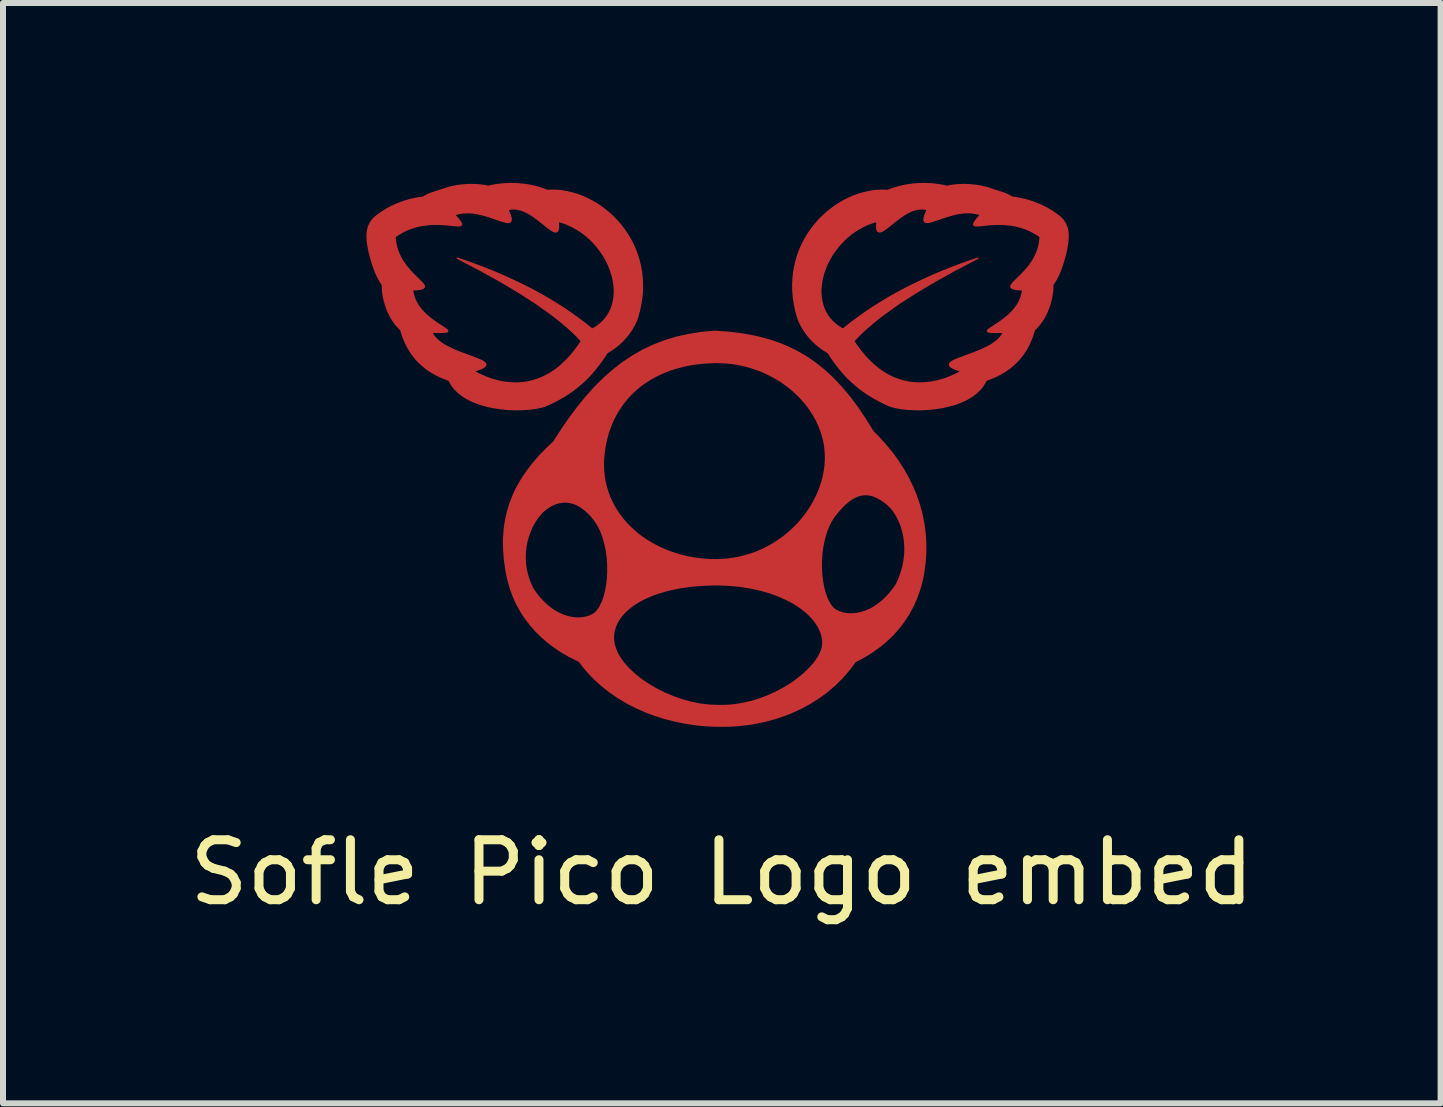
<source format=kicad_pcb>
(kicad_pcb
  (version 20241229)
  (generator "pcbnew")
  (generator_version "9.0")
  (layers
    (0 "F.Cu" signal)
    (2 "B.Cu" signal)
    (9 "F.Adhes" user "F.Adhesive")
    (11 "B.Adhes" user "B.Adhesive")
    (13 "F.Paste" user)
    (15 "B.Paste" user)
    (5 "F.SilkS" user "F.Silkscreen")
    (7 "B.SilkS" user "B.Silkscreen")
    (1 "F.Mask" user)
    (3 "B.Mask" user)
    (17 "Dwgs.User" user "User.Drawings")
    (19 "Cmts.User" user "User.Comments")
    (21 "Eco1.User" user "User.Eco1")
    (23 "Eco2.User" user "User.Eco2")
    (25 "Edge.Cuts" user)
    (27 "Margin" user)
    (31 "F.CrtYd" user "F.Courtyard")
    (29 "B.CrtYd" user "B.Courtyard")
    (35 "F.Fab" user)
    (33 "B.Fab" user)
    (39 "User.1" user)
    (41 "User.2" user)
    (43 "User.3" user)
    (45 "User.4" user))
  (footprint "Sofle Pico Logo embed"
    (layer "F.Cu")
    (at 8.912 4.533)
    (property "Reference" "Sofle Pico Logo embed" (at 0.07 6.96 0) (unlocked yes) (layer "F.SilkS") (effects (font (size 1 1) (thickness 0.15))))
    (fp_poly (pts (xy -3.387 -4.521) (xy -3.347 -4.52) (xy -3.307 -4.517) (xy -3.267 -4.514) (xy -3.228 -4.509) (xy -3.188 -4.504) (xy -3.148 -4.497) (xy -3.108 -4.49) (xy -3.069 -4.481) (xy -3.03 -4.472) (xy -2.991 -4.461) (xy -2.952 -4.449) (xy -2.914 -4.437) (xy -2.876 -4.423) (xy -2.839 -4.408) (xy -2.758 -4.411) (xy -2.676 -4.409) (xy -2.594 -4.401) (xy -2.512 -4.387) (xy -2.43 -4.368) (xy -2.348 -4.344) (xy -2.267 -4.315) (xy -2.188 -4.28) (xy -2.109 -4.241) (xy -2.032 -4.197) (xy -1.957 -4.148) (xy -1.885 -4.095) (xy -1.814 -4.038) (xy -1.747 -3.976) (xy -1.682 -3.91) (xy -1.621 -3.84) (xy -1.564 -3.766) (xy -1.51 -3.689) (xy -1.461 -3.608) (xy -1.416 -3.523) (xy -1.376 -3.435) (xy -1.341 -3.344) (xy -1.312 -3.25) (xy -1.288 -3.153) (xy -1.27 -3.053) (xy -1.259 -2.95) (xy -1.254 -2.845) (xy -1.255 -2.737) (xy -1.264 -2.627) (xy -1.281 -2.515) (xy -1.305 -2.4) (xy -1.337 -2.284) (xy -1.355 -2.238) (xy -1.375 -2.194) (xy -1.398 -2.15) (xy -1.422 -2.107) (xy -1.448 -2.066) (xy -1.476 -2.026) (xy -1.506 -1.987) (xy -1.538 -1.95) (xy -1.571 -1.914) (xy -1.606 -1.879) (xy -1.642 -1.846) (xy -1.68 -1.814) (xy -1.719 -1.784) (xy -1.759 -1.756) (xy -1.8 -1.729) (xy -1.842 -1.704) (xy -1.891 -1.63) (xy -1.94 -1.558) (xy -1.992 -1.49) (xy -2.044 -1.424) (xy -2.098 -1.36) (xy -2.155 -1.299) (xy -2.213 -1.241) (xy -2.275 -1.185) (xy -2.339 -1.131) (xy -2.405 -1.079) (xy -2.476 -1.03) (xy -2.55 -0.982) (xy -2.627 -0.937) (xy -2.709 -0.893) (xy -2.795 -0.851) (xy -2.885 -0.811) (xy -2.963 -0.791) (xy -3.053 -0.774) (xy -3.153 -0.762) (xy -3.261 -0.756) (xy -3.375 -0.754) (xy -3.494 -0.759) (xy -3.615 -0.771) (xy -3.736 -0.789) (xy -3.855 -0.815) (xy -3.97 -0.848) (xy -4.026 -0.869) (xy -4.08 -0.891) (xy -4.133 -0.915) (xy -4.183 -0.942) (xy -4.23 -0.971) (xy -4.275 -1.002) (xy -4.317 -1.036) (xy -4.356 -1.072) (xy -4.392 -1.111) (xy -4.424 -1.153) (xy -4.452 -1.197) (xy -4.476 -1.244) (xy -4.551 -1.273) (xy -4.597 -1.291) (xy -4.648 -1.314) (xy -4.702 -1.341) (xy -4.759 -1.374) (xy -4.818 -1.411) (xy -4.878 -1.455) (xy -4.937 -1.505) (xy -4.996 -1.562) (xy -5.025 -1.594) (xy -5.053 -1.627) (xy -5.081 -1.662) (xy -5.108 -1.7) (xy -5.133 -1.739) (xy -5.158 -1.781) (xy -5.182 -1.825) (xy -5.204 -1.872) (xy -5.225 -1.921) (xy -5.245 -1.972) (xy -5.263 -2.026) (xy -5.28 -2.083) (xy -5.316 -2.118) (xy -5.351 -2.157) (xy -5.384 -2.198) (xy -5.414 -2.242) (xy -5.442 -2.287) (xy -5.467 -2.335) (xy -5.491 -2.383) (xy -5.511 -2.433) (xy -5.53 -2.484) (xy -5.545 -2.536) (xy -5.559 -2.587) (xy -5.57 -2.639) (xy -5.578 -2.69) (xy -5.584 -2.74) (xy -5.587 -2.79) (xy -5.587 -2.838) (xy -5.607 -2.866) (xy -5.626 -2.895) (xy -5.644 -2.926) (xy -5.661 -2.957) (xy -5.677 -2.989) (xy -5.692 -3.023) (xy -5.706 -3.056) (xy -5.719 -3.091) (xy -5.744 -3.16) (xy -5.766 -3.23) (xy -5.786 -3.3) (xy -5.804 -3.367) (xy -5.812 -3.406) (xy -5.82 -3.445) (xy -5.827 -3.484) (xy -5.833 -3.524) (xy -5.838 -3.563) (xy -5.839 -3.583) (xy -5.841 -3.603) (xy -5.842 -3.623) (xy -5.842 -3.636) (xy -5.378 -3.636) (xy -5.372 -3.575) (xy -5.363 -3.516) (xy -5.35 -3.46) (xy -5.333 -3.406) (xy -5.313 -3.355) (xy -5.29 -3.307) (xy -5.266 -3.261) (xy -5.239 -3.218) (xy -5.211 -3.177) (xy -5.182 -3.138) (xy -5.122 -3.067) (xy -5.063 -3.005) (xy -5.008 -2.951) (xy -4.96 -2.904) (xy -4.921 -2.865) (xy -4.907 -2.847) (xy -4.897 -2.832) (xy -4.89 -2.818) (xy -4.888 -2.805) (xy -4.892 -2.794) (xy -4.9 -2.784) (xy -4.914 -2.775) (xy -4.934 -2.768) (xy -4.961 -2.762) (xy -4.995 -2.757) (xy -5.085 -2.75) (xy -5.077 -2.696) (xy -5.063 -2.644) (xy -5.046 -2.595) (xy -5.024 -2.549) (xy -4.999 -2.505) (xy -4.971 -2.463) (xy -4.94 -2.424) (xy -4.907 -2.387) (xy -4.873 -2.352) (xy -4.838 -2.32) (xy -4.766 -2.261) (xy -4.695 -2.21) (xy -4.63 -2.167) (xy -4.531 -2.102) (xy -4.515 -2.089) (xy -4.505 -2.079) (xy -4.5 -2.07) (xy -4.5 -2.062) (xy -4.506 -2.055) (xy -4.52 -2.05) (xy -4.54 -2.047) (xy -4.568 -2.044) (xy -4.649 -2.042) (xy -4.766 -2.045) (xy -4.746 -2.007) (xy -4.721 -1.971) (xy -4.691 -1.937) (xy -4.657 -1.905) (xy -4.618 -1.875) (xy -4.577 -1.846) (xy -4.533 -1.82) (xy -4.486 -1.795) (xy -4.389 -1.749) (xy -4.289 -1.708) (xy -4.098 -1.638) (xy -4.016 -1.607) (xy -3.947 -1.578) (xy -3.919 -1.564) (xy -3.897 -1.55) (xy -3.88 -1.536) (xy -3.869 -1.522) (xy -3.865 -1.508) (xy -3.868 -1.493) (xy -3.878 -1.478) (xy -3.897 -1.462) (xy -3.925 -1.446) (xy -3.962 -1.43) (xy -4.009 -1.412) (xy -4.066 -1.393) (xy -3.978 -1.348) (xy -3.884 -1.306) (xy -3.785 -1.268) (xy -3.68 -1.237) (xy -3.57 -1.214) (xy -3.457 -1.201) (xy -3.399 -1.198) (xy -3.34 -1.198) (xy -3.281 -1.201) (xy -3.222 -1.207) (xy -3.162 -1.217) (xy -3.101 -1.23) (xy -3.041 -1.248) (xy -2.98 -1.269) (xy -2.919 -1.294) (xy -2.858 -1.323) (xy -2.797 -1.357) (xy -2.736 -1.396) (xy -2.676 -1.44) (xy -2.616 -1.489) (xy -2.557 -1.543) (xy -2.498 -1.602) (xy -2.439 -1.667) (xy -2.382 -1.738) (xy -2.325 -1.814) (xy -2.269 -1.897) (xy -2.337 -1.97) (xy -2.412 -2.044) (xy -2.495 -2.119) (xy -2.585 -2.196) (xy -2.682 -2.275) (xy -2.788 -2.356) (xy -3.024 -2.524) (xy -3.296 -2.699) (xy -3.604 -2.883) (xy -3.951 -3.076) (xy -4.338 -3.279) (xy -4.18 -3.225) (xy -4.024 -3.169) (xy -3.87 -3.11) (xy -3.718 -3.049) (xy -3.569 -2.985) (xy -3.422 -2.918) (xy -3.277 -2.849) (xy -3.134 -2.778) (xy -2.994 -2.703) (xy -2.857 -2.626) (xy -2.722 -2.545) (xy -2.59 -2.462) (xy -2.461 -2.375) (xy -2.334 -2.285) (xy -2.211 -2.193) (xy -2.09 -2.096) (xy -2.025 -2.134) (xy -1.967 -2.176) (xy -1.915 -2.223) (xy -1.87 -2.273) (xy -1.831 -2.327) (xy -1.798 -2.384) (xy -1.771 -2.444) (xy -1.75 -2.506) (xy -1.735 -2.57) (xy -1.725 -2.636) (xy -1.72 -2.704) (xy -1.721 -2.773) (xy -1.728 -2.843) (xy -1.739 -2.913) (xy -1.755 -2.983) (xy -1.776 -3.054) (xy -1.802 -3.123) (xy -1.832 -3.193) (xy -1.867 -3.26) (xy -1.905 -3.327) (xy -1.949 -3.392) (xy -1.996 -3.454) (xy -2.046 -3.515) (xy -2.101 -3.572) (xy -2.159 -3.627) (xy -2.221 -3.678) (xy -2.286 -3.725) (xy -2.355 -3.768) (xy -2.426 -3.807) (xy -2.5 -3.842) (xy -2.578 -3.871) (xy -2.658 -3.894) (xy -2.654 -3.851) (xy -2.652 -3.814) (xy -2.653 -3.784) (xy -2.657 -3.759) (xy -2.663 -3.741) (xy -2.672 -3.728) (xy -2.682 -3.72) (xy -2.695 -3.717) (xy -2.71 -3.718) (xy -2.727 -3.723) (xy -2.746 -3.732) (xy -2.766 -3.744) (xy -2.812 -3.776) (xy -2.864 -3.816) (xy -2.984 -3.912) (xy -3.05 -3.961) (xy -3.119 -4.007) (xy -3.154 -4.028) (xy -3.191 -4.047) (xy -3.227 -4.064) (xy -3.264 -4.078) (xy -3.301 -4.089) (xy -3.339 -4.097) (xy -3.376 -4.102) (xy -3.414 -4.102) (xy -3.424 -4.102) (xy -3.434 -4.101) (xy -3.444 -4.099) (xy -3.454 -4.098) (xy -3.464 -4.096) (xy -3.474 -4.093) (xy -3.484 -4.091) (xy -3.494 -4.088) (xy -3.459 -4.003) (xy -3.449 -3.97) (xy -3.443 -3.943) (xy -3.442 -3.92) (xy -3.444 -3.903) (xy -3.451 -3.89) (xy -3.461 -3.881) (xy -3.475 -3.876) (xy -3.493 -3.875) (xy -3.514 -3.877) (xy -3.537 -3.881) (xy -3.593 -3.897) (xy -3.66 -3.919) (xy -3.817 -3.973) (xy -3.905 -3.999) (xy -3.997 -4.021) (xy -4.045 -4.029) (xy -4.093 -4.035) (xy -4.142 -4.038) (xy -4.19 -4.038) (xy -4.239 -4.035) (xy -4.288 -4.029) (xy -4.336 -4.018) (xy -4.384 -4.004) (xy -4.322 -3.932) (xy -4.284 -3.881) (xy -4.274 -3.862) (xy -4.27 -3.846) (xy -4.27 -3.835) (xy -4.276 -3.827) (xy -4.287 -3.821) (xy -4.303 -3.819) (xy -4.347 -3.819) (xy -4.482 -3.833) (xy -4.569 -3.841) (xy -4.666 -3.845) (xy -4.773 -3.843) (xy -4.887 -3.832) (xy -4.946 -3.822) (xy -5.006 -3.809) (xy -5.067 -3.792) (xy -5.129 -3.771) (xy -5.191 -3.745) (xy -5.253 -3.714) (xy -5.316 -3.678) (xy -5.378 -3.636) (xy -5.842 -3.636) (xy -5.842 -3.643) (xy -5.842 -3.663) (xy -5.841 -3.683) (xy -5.84 -3.703) (xy -5.838 -3.723) (xy -5.834 -3.743) (xy -5.83 -3.763) (xy -5.825 -3.783) (xy -5.819 -3.802) (xy -5.811 -3.821) (xy -5.803 -3.839) (xy -5.794 -3.857) (xy -5.784 -3.875) (xy -5.773 -3.892) (xy -5.761 -3.909) (xy -5.749 -3.924) (xy -5.735 -3.94) (xy -5.721 -3.954) (xy -5.706 -3.968) (xy -5.663 -4.001) (xy -5.618 -4.033) (xy -5.573 -4.063) (xy -5.526 -4.092) (xy -5.478 -4.119) (xy -5.429 -4.144) (xy -5.38 -4.167) (xy -5.33 -4.188) (xy -5.279 -4.208) (xy -5.227 -4.226) (xy -5.175 -4.242) (xy -5.122 -4.257) (xy -5.068 -4.269) (xy -5.015 -4.28) (xy -4.961 -4.289) (xy -4.907 -4.296) (xy -4.885 -4.31) (xy -4.863 -4.323) (xy -4.84 -4.334) (xy -4.818 -4.345) (xy -4.794 -4.355) (xy -4.771 -4.364) (xy -4.722 -4.38) (xy -4.622 -4.411) (xy -4.57 -4.428) (xy -4.544 -4.437) (xy -4.518 -4.447) (xy -4.479 -4.458) (xy -4.439 -4.468) (xy -4.397 -4.478) (xy -4.354 -4.485) (xy -4.31 -4.492) (xy -4.265 -4.497) (xy -4.219 -4.501) (xy -4.173 -4.504) (xy -4.128 -4.506) (xy -4.082 -4.506) (xy -4.037 -4.504) (xy -3.992 -4.502) (xy -3.949 -4.497) (xy -3.906 -4.492) (xy -3.865 -4.485) (xy -3.826 -4.476) (xy -3.783 -4.486) (xy -3.74 -4.495) (xy -3.696 -4.502) (xy -3.651 -4.508) (xy -3.606 -4.514) (xy -3.56 -4.518) (xy -3.513 -4.52) (xy -3.466 -4.522) (xy -3.427 -4.522)) (stroke (width 0.023) (type solid)) (fill yes) (layer "F.Cu"))
    (fp_poly (pts (xy 3.466 -4.522) (xy 3.513 -4.52) (xy 3.56 -4.518) (xy 3.606 -4.514) (xy 3.651 -4.508) (xy 3.696 -4.502) (xy 3.74 -4.495) (xy 3.783 -4.486) (xy 3.826 -4.476) (xy 3.865 -4.485) (xy 3.906 -4.492) (xy 3.949 -4.497) (xy 3.992 -4.502) (xy 4.037 -4.504) (xy 4.082 -4.506) (xy 4.128 -4.506) (xy 4.173 -4.504) (xy 4.219 -4.501) (xy 4.265 -4.497) (xy 4.31 -4.492) (xy 4.354 -4.485) (xy 4.397 -4.478) (xy 4.439 -4.468) (xy 4.479 -4.458) (xy 4.518 -4.447) (xy 4.544 -4.437) (xy 4.57 -4.428) (xy 4.622 -4.411) (xy 4.722 -4.38) (xy 4.771 -4.364) (xy 4.794 -4.355) (xy 4.818 -4.345) (xy 4.84 -4.334) (xy 4.863 -4.323) (xy 4.885 -4.31) (xy 4.907 -4.296) (xy 4.961 -4.289) (xy 5.015 -4.28) (xy 5.068 -4.269) (xy 5.122 -4.257) (xy 5.175 -4.242) (xy 5.227 -4.226) (xy 5.279 -4.208) (xy 5.33 -4.188) (xy 5.38 -4.167) (xy 5.429 -4.144) (xy 5.478 -4.119) (xy 5.526 -4.092) (xy 5.573 -4.063) (xy 5.618 -4.033) (xy 5.663 -4.001) (xy 5.706 -3.968) (xy 5.721 -3.954) (xy 5.735 -3.94) (xy 5.749 -3.924) (xy 5.761 -3.909) (xy 5.773 -3.892) (xy 5.784 -3.875) (xy 5.794 -3.857) (xy 5.803 -3.839) (xy 5.811 -3.821) (xy 5.819 -3.802) (xy 5.825 -3.783) (xy 5.83 -3.763) (xy 5.834 -3.743) (xy 5.838 -3.723) (xy 5.84 -3.703) (xy 5.841 -3.683) (xy 5.842 -3.663) (xy 5.842 -3.643) (xy 5.842 -3.623) (xy 5.841 -3.603) (xy 5.839 -3.583) (xy 5.838 -3.563) (xy 5.833 -3.524) (xy 5.827 -3.484) (xy 5.82 -3.445) (xy 5.812 -3.406) (xy 5.804 -3.367) (xy 5.786 -3.3) (xy 5.766 -3.23) (xy 5.744 -3.16) (xy 5.719 -3.091) (xy 5.706 -3.056) (xy 5.692 -3.023) (xy 5.677 -2.989) (xy 5.661 -2.957) (xy 5.644 -2.926) (xy 5.626 -2.895) (xy 5.607 -2.866) (xy 5.587 -2.838) (xy 5.587 -2.79) (xy 5.584 -2.74) (xy 5.578 -2.69) (xy 5.57 -2.639) (xy 5.559 -2.587) (xy 5.545 -2.536) (xy 5.53 -2.484) (xy 5.511 -2.433) (xy 5.491 -2.383) (xy 5.467 -2.335) (xy 5.442 -2.287) (xy 5.414 -2.242) (xy 5.384 -2.198) (xy 5.351 -2.157) (xy 5.316 -2.118) (xy 5.28 -2.083) (xy 5.263 -2.026) (xy 5.245 -1.972) (xy 5.225 -1.921) (xy 5.204 -1.872) (xy 5.182 -1.825) (xy 5.158 -1.781) (xy 5.133 -1.739) (xy 5.108 -1.7) (xy 5.081 -1.662) (xy 5.053 -1.627) (xy 5.025 -1.594) (xy 4.996 -1.562) (xy 4.937 -1.505) (xy 4.878 -1.455) (xy 4.818 -1.411) (xy 4.759 -1.374) (xy 4.702 -1.341) (xy 4.648 -1.314) (xy 4.597 -1.291) (xy 4.551 -1.273) (xy 4.476 -1.244) (xy 4.452 -1.197) (xy 4.424 -1.153) (xy 4.392 -1.111) (xy 4.356 -1.072) (xy 4.317 -1.036) (xy 4.275 -1.002) (xy 4.23 -0.971) (xy 4.183 -0.942) (xy 4.133 -0.915) (xy 4.08 -0.891) (xy 4.026 -0.869) (xy 3.97 -0.848) (xy 3.855 -0.815) (xy 3.736 -0.789) (xy 3.615 -0.771) (xy 3.494 -0.759) (xy 3.375 -0.754) (xy 3.261 -0.756) (xy 3.153 -0.762) (xy 3.053 -0.774) (xy 2.963 -0.791) (xy 2.885 -0.811) (xy 2.795 -0.851) (xy 2.709 -0.893) (xy 2.627 -0.937) (xy 2.55 -0.982) (xy 2.476 -1.03) (xy 2.405 -1.079) (xy 2.339 -1.131) (xy 2.275 -1.185) (xy 2.213 -1.241) (xy 2.155 -1.299) (xy 2.098 -1.36) (xy 2.044 -1.424) (xy 1.992 -1.49) (xy 1.94 -1.558) (xy 1.891 -1.63) (xy 1.842 -1.704) (xy 1.8 -1.729) (xy 1.759 -1.756) (xy 1.719 -1.784) (xy 1.68 -1.814) (xy 1.642 -1.846) (xy 1.606 -1.879) (xy 1.571 -1.914) (xy 1.538 -1.95) (xy 1.506 -1.987) (xy 1.476 -2.026) (xy 1.448 -2.066) (xy 1.422 -2.107) (xy 1.398 -2.15) (xy 1.375 -2.194) (xy 1.355 -2.238) (xy 1.337 -2.284) (xy 1.305 -2.4) (xy 1.281 -2.515) (xy 1.264 -2.627) (xy 1.258 -2.704) (xy 1.72 -2.704) (xy 1.725 -2.636) (xy 1.735 -2.57) (xy 1.75 -2.506) (xy 1.771 -2.444) (xy 1.798 -2.384) (xy 1.831 -2.327) (xy 1.87 -2.273) (xy 1.915 -2.223) (xy 1.967 -2.176) (xy 2.025 -2.134) (xy 2.09 -2.096) (xy 2.211 -2.193) (xy 2.334 -2.285) (xy 2.461 -2.375) (xy 2.59 -2.462) (xy 2.722 -2.545) (xy 2.857 -2.626) (xy 2.994 -2.703) (xy 3.134 -2.778) (xy 3.277 -2.849) (xy 3.422 -2.918) (xy 3.569 -2.985) (xy 3.718 -3.049) (xy 3.87 -3.11) (xy 4.024 -3.169) (xy 4.18 -3.225) (xy 4.338 -3.279) (xy 3.951 -3.076) (xy 3.604 -2.883) (xy 3.296 -2.699) (xy 3.024 -2.524) (xy 2.788 -2.356) (xy 2.682 -2.275) (xy 2.585 -2.196) (xy 2.495 -2.119) (xy 2.412 -2.044) (xy 2.337 -1.97) (xy 2.269 -1.897) (xy 2.325 -1.814) (xy 2.382 -1.738) (xy 2.439 -1.667) (xy 2.498 -1.602) (xy 2.557 -1.543) (xy 2.616 -1.489) (xy 2.676 -1.44) (xy 2.736 -1.396) (xy 2.797 -1.357) (xy 2.858 -1.323) (xy 2.919 -1.294) (xy 2.98 -1.269) (xy 3.041 -1.248) (xy 3.101 -1.23) (xy 3.162 -1.217) (xy 3.222 -1.207) (xy 3.281 -1.201) (xy 3.34 -1.198) (xy 3.399 -1.198) (xy 3.457 -1.201) (xy 3.57 -1.214) (xy 3.68 -1.237) (xy 3.785 -1.268) (xy 3.884 -1.306) (xy 3.978 -1.348) (xy 4.066 -1.393) (xy 4.009 -1.412) (xy 3.962 -1.43) (xy 3.925 -1.446) (xy 3.897 -1.462) (xy 3.878 -1.478) (xy 3.868 -1.493) (xy 3.865 -1.508) (xy 3.869 -1.522) (xy 3.88 -1.536) (xy 3.897 -1.55) (xy 3.919 -1.564) (xy 3.947 -1.578) (xy 4.016 -1.607) (xy 4.098 -1.638) (xy 4.289 -1.708) (xy 4.389 -1.749) (xy 4.486 -1.795) (xy 4.533 -1.82) (xy 4.577 -1.846) (xy 4.618 -1.875) (xy 4.657 -1.905) (xy 4.691 -1.937) (xy 4.721 -1.971) (xy 4.746 -2.007) (xy 4.766 -2.045) (xy 4.649 -2.042) (xy 4.568 -2.044) (xy 4.54 -2.047) (xy 4.52 -2.05) (xy 4.506 -2.055) (xy 4.5 -2.062) (xy 4.5 -2.07) (xy 4.505 -2.079) (xy 4.515 -2.089) (xy 4.531 -2.102) (xy 4.63 -2.167) (xy 4.695 -2.21) (xy 4.766 -2.261) (xy 4.838 -2.32) (xy 4.873 -2.352) (xy 4.907 -2.387) (xy 4.94 -2.424) (xy 4.971 -2.463) (xy 4.999 -2.505) (xy 5.024 -2.549) (xy 5.046 -2.595) (xy 5.063 -2.644) (xy 5.077 -2.696) (xy 5.085 -2.75) (xy 4.995 -2.757) (xy 4.961 -2.762) (xy 4.934 -2.768) (xy 4.914 -2.775) (xy 4.9 -2.784) (xy 4.892 -2.794) (xy 4.888 -2.805) (xy 4.89 -2.818) (xy 4.897 -2.832) (xy 4.907 -2.847) (xy 4.921 -2.865) (xy 4.96 -2.904) (xy 5.008 -2.951) (xy 5.063 -3.005) (xy 5.122 -3.067) (xy 5.182 -3.138) (xy 5.211 -3.177) (xy 5.239 -3.218) (xy 5.266 -3.261) (xy 5.29 -3.307) (xy 5.313 -3.355) (xy 5.333 -3.406) (xy 5.35 -3.46) (xy 5.363 -3.516) (xy 5.372 -3.575) (xy 5.378 -3.636) (xy 5.316 -3.678) (xy 5.253 -3.714) (xy 5.191 -3.745) (xy 5.129 -3.771) (xy 5.067 -3.792) (xy 5.006 -3.809) (xy 4.946 -3.822) (xy 4.887 -3.832) (xy 4.773 -3.843) (xy 4.666 -3.845) (xy 4.569 -3.841) (xy 4.482 -3.833) (xy 4.347 -3.819) (xy 4.303 -3.819) (xy 4.287 -3.821) (xy 4.276 -3.827) (xy 4.27 -3.835) (xy 4.27 -3.846) (xy 4.274 -3.862) (xy 4.284 -3.881) (xy 4.322 -3.932) (xy 4.384 -4.004) (xy 4.336 -4.018) (xy 4.288 -4.029) (xy 4.239 -4.035) (xy 4.19 -4.038) (xy 4.142 -4.038) (xy 4.093 -4.035) (xy 4.045 -4.029) (xy 3.997 -4.021) (xy 3.905 -3.999) (xy 3.817 -3.973) (xy 3.66 -3.919) (xy 3.593 -3.897) (xy 3.537 -3.881) (xy 3.514 -3.877) (xy 3.493 -3.875) (xy 3.475 -3.876) (xy 3.461 -3.881) (xy 3.451 -3.89) (xy 3.444 -3.903) (xy 3.442 -3.92) (xy 3.443 -3.943) (xy 3.449 -3.97) (xy 3.459 -4.003) (xy 3.494 -4.088) (xy 3.484 -4.091) (xy 3.474 -4.093) (xy 3.464 -4.096) (xy 3.454 -4.098) (xy 3.444 -4.099) (xy 3.434 -4.101) (xy 3.424 -4.102) (xy 3.414 -4.102) (xy 3.376 -4.102) (xy 3.339 -4.097) (xy 3.301 -4.089) (xy 3.264 -4.078) (xy 3.227 -4.064) (xy 3.191 -4.047) (xy 3.154 -4.028) (xy 3.119 -4.007) (xy 3.05 -3.961) (xy 2.984 -3.912) (xy 2.864 -3.816) (xy 2.812 -3.776) (xy 2.766 -3.744) (xy 2.746 -3.732) (xy 2.727 -3.723) (xy 2.71 -3.718) (xy 2.695 -3.717) (xy 2.682 -3.72) (xy 2.672 -3.728) (xy 2.663 -3.741) (xy 2.657 -3.759) (xy 2.653 -3.784) (xy 2.652 -3.814) (xy 2.654 -3.851) (xy 2.658 -3.894) (xy 2.578 -3.871) (xy 2.5 -3.842) (xy 2.426 -3.807) (xy 2.355 -3.768) (xy 2.286 -3.725) (xy 2.221 -3.678) (xy 2.159 -3.627) (xy 2.101 -3.572) (xy 2.046 -3.515) (xy 1.996 -3.454) (xy 1.949 -3.392) (xy 1.905 -3.327) (xy 1.867 -3.26) (xy 1.832 -3.193) (xy 1.802 -3.123) (xy 1.776 -3.054) (xy 1.755 -2.983) (xy 1.739 -2.913) (xy 1.728 -2.843) (xy 1.721 -2.773) (xy 1.72 -2.704) (xy 1.258 -2.704) (xy 1.255 -2.737) (xy 1.254 -2.845) (xy 1.259 -2.95) (xy 1.27 -3.053) (xy 1.288 -3.153) (xy 1.312 -3.25) (xy 1.341 -3.344) (xy 1.376 -3.435) (xy 1.416 -3.523) (xy 1.461 -3.608) (xy 1.51 -3.689) (xy 1.564 -3.766) (xy 1.621 -3.84) (xy 1.682 -3.91) (xy 1.747 -3.976) (xy 1.814 -4.038) (xy 1.885 -4.095) (xy 1.957 -4.148) (xy 2.032 -4.197) (xy 2.109 -4.241) (xy 2.188 -4.28) (xy 2.267 -4.315) (xy 2.348 -4.344) (xy 2.43 -4.368) (xy 2.512 -4.387) (xy 2.594 -4.401) (xy 2.676 -4.409) (xy 2.758 -4.411) (xy 2.839 -4.408) (xy 2.876 -4.423) (xy 2.914 -4.437) (xy 2.952 -4.449) (xy 2.991 -4.461) (xy 3.03 -4.472) (xy 3.069 -4.481) (xy 3.108 -4.49) (xy 3.148 -4.497) (xy 3.188 -4.504) (xy 3.228 -4.509) (xy 3.267 -4.514) (xy 3.307 -4.517) (xy 3.347 -4.52) (xy 3.387 -4.521) (xy 3.427 -4.522)) (stroke (width 0.023) (type solid)) (fill yes) (layer "F.Cu"))
    (fp_poly (pts (xy -0.047 -2.071) (xy 0.18 -2.055) (xy 0.396 -2.029) (xy 0.601 -1.993) (xy 0.7 -1.97) (xy 0.797 -1.945) (xy 0.891 -1.917) (xy 0.983 -1.886) (xy 1.072 -1.853) (xy 1.16 -1.816) (xy 1.245 -1.777) (xy 1.329 -1.734) (xy 1.411 -1.688) (xy 1.491 -1.64) (xy 1.569 -1.588) (xy 1.646 -1.532) (xy 1.721 -1.474) (xy 1.795 -1.412) (xy 1.867 -1.347) (xy 1.938 -1.279) (xy 2.077 -1.131) (xy 2.212 -0.97) (xy 2.343 -0.794) (xy 2.471 -0.604) (xy 2.598 -0.398) (xy 2.712 -0.282) (xy 2.821 -0.16) (xy 2.924 -0.034) (xy 3.019 0.098) (xy 3.107 0.235) (xy 3.186 0.376) (xy 3.258 0.522) (xy 3.32 0.672) (xy 3.373 0.826) (xy 3.416 0.984) (xy 3.448 1.146) (xy 3.47 1.311) (xy 3.48 1.479) (xy 3.479 1.651) (xy 3.465 1.825) (xy 3.439 2.003) (xy 3.421 2.09) (xy 3.4 2.174) (xy 3.376 2.255) (xy 3.349 2.333) (xy 3.32 2.408) (xy 3.289 2.48) (xy 3.256 2.548) (xy 3.22 2.614) (xy 3.184 2.677) (xy 3.145 2.737) (xy 3.106 2.794) (xy 3.065 2.849) (xy 3.023 2.901) (xy 2.981 2.95) (xy 2.938 2.997) (xy 2.894 3.041) (xy 2.807 3.122) (xy 2.721 3.194) (xy 2.636 3.256) (xy 2.556 3.311) (xy 2.481 3.358) (xy 2.412 3.397) (xy 2.302 3.454) (xy 2.249 3.527) (xy 2.194 3.597) (xy 2.079 3.729) (xy 1.957 3.849) (xy 1.828 3.959) (xy 1.693 4.058) (xy 1.554 4.146) (xy 1.41 4.225) (xy 1.264 4.294) (xy 1.114 4.354) (xy 0.963 4.404) (xy 0.811 4.446) (xy 0.658 4.479) (xy 0.506 4.504) (xy 0.355 4.521) (xy 0.206 4.531) (xy 0.06 4.533) (xy -0.094 4.53) (xy -0.251 4.52) (xy -0.411 4.502) (xy -0.572 4.476) (xy -0.733 4.442) (xy -0.895 4.4) (xy -1.055 4.349) (xy -1.213 4.29) (xy -1.369 4.22) (xy -1.521 4.142) (xy -1.669 4.053) (xy -1.812 3.954) (xy -1.949 3.844) (xy -2.015 3.785) (xy -2.079 3.724) (xy -2.141 3.659) (xy -2.201 3.592) (xy -2.259 3.522) (xy -2.315 3.449) (xy -2.433 3.391) (xy -2.506 3.352) (xy -2.586 3.306) (xy -2.671 3.251) (xy -2.761 3.188) (xy -2.852 3.117) (xy -2.937 3.043) (xy -1.726 3.043) (xy -1.723 3.095) (xy -1.715 3.147) (xy -1.701 3.199) (xy -1.683 3.25) (xy -1.66 3.302) (xy -1.632 3.353) (xy -1.599 3.403) (xy -1.563 3.453) (xy -1.478 3.55) (xy -1.379 3.644) (xy -1.268 3.733) (xy -1.145 3.816) (xy -1.014 3.893) (xy -0.875 3.962) (xy -0.73 4.022) (xy -0.582 4.074) (xy -0.431 4.115) (xy -0.279 4.145) (xy -0.128 4.162) (xy 0.02 4.167) (xy 0.102 4.167) (xy 0.184 4.163) (xy 0.265 4.156) (xy 0.346 4.145) (xy 0.426 4.13) (xy 0.505 4.113) (xy 0.583 4.093) (xy 0.659 4.069) (xy 0.735 4.044) (xy 0.808 4.016) (xy 0.88 3.985) (xy 0.951 3.953) (xy 1.019 3.918) (xy 1.085 3.882) (xy 1.149 3.845) (xy 1.211 3.806) (xy 1.27 3.766) (xy 1.326 3.724) (xy 1.379 3.682) (xy 1.429 3.64) (xy 1.477 3.596) (xy 1.52 3.553) (xy 1.561 3.509) (xy 1.598 3.466) (xy 1.631 3.422) (xy 1.66 3.379) (xy 1.685 3.337) (xy 1.705 3.295) (xy 1.722 3.254) (xy 1.734 3.214) (xy 1.741 3.176) (xy 1.743 3.139) (xy 1.742 3.095) (xy 1.736 3.051) (xy 1.726 3.007) (xy 1.713 2.963) (xy 1.695 2.92) (xy 1.674 2.877) (xy 1.62 2.792) (xy 1.552 2.71) (xy 1.47 2.631) (xy 1.375 2.557) (xy 1.268 2.486) (xy 1.148 2.422) (xy 1.016 2.363) (xy 0.873 2.311) (xy 0.72 2.266) (xy 0.556 2.23) (xy 0.383 2.202) (xy 0.201 2.184) (xy 0.01 2.176) (xy -0.088 2.177) (xy -0.183 2.18) (xy -0.277 2.185) (xy -0.368 2.192) (xy -0.456 2.201) (xy -0.542 2.213) (xy -0.626 2.226) (xy -0.707 2.241) (xy -0.785 2.258) (xy -0.861 2.277) (xy -0.933 2.298) (xy -1.003 2.32) (xy -1.07 2.344) (xy -1.134 2.37) (xy -1.195 2.397) (xy -1.253 2.426) (xy -1.308 2.456) (xy -1.36 2.488) (xy -1.409 2.521) (xy -1.454 2.555) (xy -1.496 2.59) (xy -1.535 2.627) (xy -1.57 2.664) (xy -1.602 2.703) (xy -1.63 2.743) (xy -1.655 2.783) (xy -1.676 2.825) (xy -1.694 2.867) (xy -1.707 2.91) (xy -1.717 2.954) (xy -1.724 2.998) (xy -1.726 3.043) (xy -2.937 3.043) (xy -2.945 3.036) (xy -3.037 2.945) (xy -3.126 2.844) (xy -3.212 2.732) (xy -3.253 2.672) (xy -3.292 2.609) (xy -3.329 2.543) (xy -3.365 2.475) (xy -3.398 2.403) (xy -3.429 2.328) (xy -3.457 2.25) (xy -3.482 2.169) (xy -3.505 2.085) (xy -3.524 1.997) (xy -3.54 1.909) (xy -3.553 1.822) (xy -3.564 1.737) (xy -3.567 1.702) (xy -3.198 1.702) (xy -3.194 1.799) (xy -3.189 1.848) (xy -3.181 1.899) (xy -3.17 1.95) (xy -3.157 2.002) (xy -3.141 2.054) (xy -3.122 2.108) (xy -3.1 2.161) (xy -3.075 2.215) (xy -3.045 2.261) (xy -3.014 2.304) (xy -2.983 2.345) (xy -2.95 2.383) (xy -2.917 2.419) (xy -2.884 2.453) (xy -2.85 2.485) (xy -2.816 2.514) (xy -2.782 2.541) (xy -2.747 2.566) (xy -2.712 2.589) (xy -2.677 2.61) (xy -2.642 2.629) (xy -2.606 2.645) (xy -2.571 2.66) (xy -2.536 2.673) (xy -2.502 2.683) (xy -2.467 2.692) (xy -2.433 2.699) (xy -2.4 2.704) (xy -2.366 2.707) (xy -2.334 2.709) (xy -2.302 2.708) (xy -2.27 2.706) (xy -2.24 2.702) (xy -2.21 2.697) (xy -2.181 2.69) (xy -2.153 2.681) (xy -2.126 2.67) (xy -2.101 2.659) (xy -2.076 2.645) (xy -2.052 2.63) (xy -2.029 2.607) (xy -2.007 2.581) (xy -1.985 2.551) (xy -1.966 2.518) (xy -1.93 2.443) (xy -1.9 2.358) (xy -1.876 2.263) (xy -1.858 2.162) (xy -1.846 2.054) (xy -1.84 1.943) (xy -1.841 1.874) (xy 1.739 1.874) (xy 1.745 1.985) (xy 1.757 2.093) (xy 1.775 2.194) (xy 1.799 2.289) (xy 1.829 2.374) (xy 1.846 2.413) (xy 1.865 2.449) (xy 1.884 2.482) (xy 1.905 2.512) (xy 1.928 2.539) (xy 1.951 2.561) (xy 1.975 2.576) (xy 1.999 2.59) (xy 2.025 2.602) (xy 2.052 2.612) (xy 2.08 2.621) (xy 2.109 2.628) (xy 2.139 2.633) (xy 2.169 2.637) (xy 2.201 2.639) (xy 2.233 2.64) (xy 2.265 2.638) (xy 2.298 2.635) (xy 2.332 2.63) (xy 2.366 2.623) (xy 2.401 2.614) (xy 2.435 2.604) (xy 2.47 2.591) (xy 2.505 2.576) (xy 2.54 2.56) (xy 2.576 2.541) (xy 2.611 2.52) (xy 2.646 2.497) (xy 2.68 2.472) (xy 2.715 2.445) (xy 2.749 2.416) (xy 2.783 2.384) (xy 2.816 2.351) (xy 2.849 2.314) (xy 2.881 2.276) (xy 2.913 2.235) (xy 2.944 2.192) (xy 2.974 2.147) (xy 2.999 2.092) (xy 3.022 2.038) (xy 3.041 1.984) (xy 3.058 1.931) (xy 3.073 1.877) (xy 3.085 1.825) (xy 3.095 1.772) (xy 3.102 1.721) (xy 3.108 1.67) (xy 3.111 1.619) (xy 3.112 1.57) (xy 3.111 1.521) (xy 3.108 1.473) (xy 3.103 1.426) (xy 3.097 1.38) (xy 3.089 1.335) (xy 3.079 1.292) (xy 3.068 1.249) (xy 3.056 1.208) (xy 3.042 1.168) (xy 3.027 1.129) (xy 3.011 1.092) (xy 2.993 1.057) (xy 2.975 1.023) (xy 2.956 0.991) (xy 2.936 0.96) (xy 2.915 0.931) (xy 2.894 0.904) (xy 2.872 0.879) (xy 2.849 0.856) (xy 2.826 0.835) (xy 2.803 0.816) (xy 2.783 0.8) (xy 2.762 0.786) (xy 2.742 0.771) (xy 2.721 0.758) (xy 2.701 0.745) (xy 2.68 0.734) (xy 2.66 0.723) (xy 2.639 0.713) (xy 2.618 0.704) (xy 2.597 0.696) (xy 2.576 0.689) (xy 2.555 0.683) (xy 2.534 0.679) (xy 2.512 0.675) (xy 2.49 0.673) (xy 2.469 0.672) (xy 2.469 0.672) (xy 2.44 0.674) (xy 2.411 0.677) (xy 2.382 0.683) (xy 2.352 0.691) (xy 2.322 0.703) (xy 2.292 0.717) (xy 2.261 0.733) (xy 2.229 0.753) (xy 2.197 0.776) (xy 2.164 0.803) (xy 2.13 0.832) (xy 2.096 0.865) (xy 2.061 0.902) (xy 2.026 0.942) (xy 1.99 0.986) (xy 1.952 1.034) (xy 1.925 1.075) (xy 1.899 1.118) (xy 1.875 1.164) (xy 1.853 1.212) (xy 1.833 1.262) (xy 1.816 1.314) (xy 1.786 1.421) (xy 1.763 1.532) (xy 1.748 1.646) (xy 1.74 1.76) (xy 1.739 1.874) (xy -1.841 1.874) (xy -1.841 1.829) (xy -1.849 1.715) (xy -1.864 1.601) (xy -1.887 1.49) (xy -1.917 1.383) (xy -1.954 1.281) (xy -1.976 1.233) (xy -2 1.187) (xy -2.026 1.144) (xy -2.054 1.102) (xy -2.087 1.06) (xy -2.12 1.021) (xy -2.153 0.986) (xy -2.186 0.955) (xy -2.219 0.926) (xy -2.251 0.901) (xy -2.283 0.879) (xy -2.315 0.859) (xy -2.347 0.843) (xy -2.378 0.829) (xy -2.409 0.818) (xy -2.439 0.809) (xy -2.469 0.803) (xy -2.499 0.799) (xy -2.528 0.796) (xy -2.557 0.796) (xy -2.557 0.796) (xy -2.571 0.797) (xy -2.585 0.798) (xy -2.598 0.8) (xy -2.612 0.802) (xy -2.639 0.807) (xy -2.665 0.813) (xy -2.69 0.821) (xy -2.715 0.831) (xy -2.739 0.841) (xy -2.763 0.853) (xy -2.785 0.865) (xy -2.807 0.878) (xy -2.828 0.892) (xy -2.848 0.906) (xy -2.867 0.921) (xy -2.885 0.936) (xy -2.902 0.952) (xy -2.918 0.967) (xy -2.951 1.002) (xy -2.984 1.044) (xy -3.019 1.093) (xy -3.053 1.15) (xy -3.086 1.212) (xy -3.116 1.281) (xy -3.143 1.356) (xy -3.166 1.435) (xy -3.183 1.52) (xy -3.194 1.609) (xy -3.198 1.702) (xy -3.567 1.702) (xy -3.571 1.653) (xy -3.576 1.571) (xy -3.578 1.491) (xy -3.578 1.412) (xy -3.574 1.334) (xy -3.568 1.257) (xy -3.56 1.182) (xy -3.548 1.108) (xy -3.534 1.035) (xy -3.518 0.964) (xy -3.498 0.894) (xy -3.477 0.824) (xy -3.452 0.756) (xy -3.426 0.689) (xy -3.397 0.623) (xy -3.365 0.558) (xy -3.331 0.493) (xy -3.255 0.367) (xy -3.17 0.244) (xy -3.125 0.186) (xy -1.893 0.186) (xy -1.889 0.277) (xy -1.879 0.365) (xy -1.864 0.452) (xy -1.843 0.536) (xy -1.818 0.619) (xy -1.788 0.699) (xy -1.753 0.777) (xy -1.713 0.853) (xy -1.669 0.926) (xy -1.621 0.996) (xy -1.569 1.064) (xy -1.513 1.129) (xy -1.453 1.191) (xy -1.389 1.25) (xy -1.323 1.307) (xy -1.253 1.36) (xy -1.179 1.41) (xy -1.103 1.457) (xy -1.025 1.5) (xy -0.943 1.54) (xy -0.859 1.577) (xy -0.773 1.61) (xy -0.685 1.64) (xy -0.595 1.665) (xy -0.503 1.687) (xy -0.409 1.705) (xy -0.314 1.719) (xy -0.218 1.729) (xy -0.12 1.735) (xy -0.022 1.736) (xy 0.076 1.733) (xy 0.173 1.725) (xy 0.267 1.712) (xy 0.36 1.694) (xy 0.45 1.672) (xy 0.538 1.646) (xy 0.625 1.616) (xy 0.709 1.581) (xy 0.79 1.543) (xy 0.869 1.501) (xy 0.945 1.456) (xy 1.019 1.407) (xy 1.09 1.356) (xy 1.158 1.301) (xy 1.223 1.244) (xy 1.285 1.184) (xy 1.344 1.122) (xy 1.4 1.057) (xy 1.452 0.991) (xy 1.501 0.922) (xy 1.546 0.852) (xy 1.588 0.78) (xy 1.626 0.707) (xy 1.661 0.633) (xy 1.691 0.557) (xy 1.717 0.481) (xy 1.74 0.404) (xy 1.758 0.326) (xy 1.772 0.248) (xy 1.782 0.17) (xy 1.787 0.092) (xy 1.787 0.014) (xy 1.783 -0.064) (xy 1.775 -0.14) (xy 1.762 -0.216) (xy 1.744 -0.291) (xy 1.722 -0.365) (xy 1.696 -0.438) (xy 1.667 -0.509) (xy 1.633 -0.579) (xy 1.595 -0.647) (xy 1.554 -0.713) (xy 1.51 -0.778) (xy 1.462 -0.841) (xy 1.41 -0.902) (xy 1.356 -0.961) (xy 1.299 -1.017) (xy 1.238 -1.071) (xy 1.175 -1.123) (xy 1.109 -1.172) (xy 1.041 -1.219) (xy 0.97 -1.262) (xy 0.897 -1.303) (xy 0.822 -1.341) (xy 0.745 -1.376) (xy 0.666 -1.407) (xy 0.585 -1.435) (xy 0.503 -1.46) (xy 0.419 -1.481) (xy 0.333 -1.499) (xy 0.246 -1.513) (xy 0.158 -1.522) (xy 0.069 -1.528) (xy -0.021 -1.53) (xy -0.2 -1.523) (xy -0.287 -1.515) (xy -0.374 -1.504) (xy -0.459 -1.491) (xy -0.542 -1.474) (xy -0.624 -1.454) (xy -0.704 -1.432) (xy -0.783 -1.406) (xy -0.859 -1.377) (xy -0.934 -1.346) (xy -1.006 -1.311) (xy -1.077 -1.274) (xy -1.145 -1.233) (xy -1.211 -1.19) (xy -1.275 -1.144) (xy -1.335 -1.094) (xy -1.394 -1.042) (xy -1.45 -0.987) (xy -1.502 -0.929) (xy -1.552 -0.867) (xy -1.599 -0.803) (xy -1.643 -0.736) (xy -1.684 -0.666) (xy -1.722 -0.593) (xy -1.756 -0.518) (xy -1.786 -0.439) (xy -1.814 -0.357) (xy -1.837 -0.272) (xy -1.857 -0.185) (xy -1.873 -0.094) (xy -1.885 -0.001) (xy -1.892 0.094) (xy -1.893 0.186) (xy -3.125 0.186) (xy -3.076 0.123) (xy -2.973 0.005) (xy -2.861 -0.11) (xy -2.74 -0.224) (xy -2.606 -0.432) (xy -2.471 -0.628) (xy -2.333 -0.811) (xy -2.192 -0.983) (xy -2.049 -1.142) (xy -1.9 -1.29) (xy -1.748 -1.424) (xy -1.589 -1.547) (xy -1.425 -1.657) (xy -1.254 -1.754) (xy -1.075 -1.839) (xy -0.888 -1.911) (xy -0.693 -1.971) (xy -0.488 -2.017) (xy -0.273 -2.051) (xy -0.047 -2.071)) (stroke (width 0) (type solid)) (fill yes) (layer "F.Cu")))
  (gr_rect
    (start -3 -3)
    (end 20.964 15.342)
    (stroke (width 0.1) (type default))
    (fill no)
    (layer "Edge.Cuts")))
</source>
